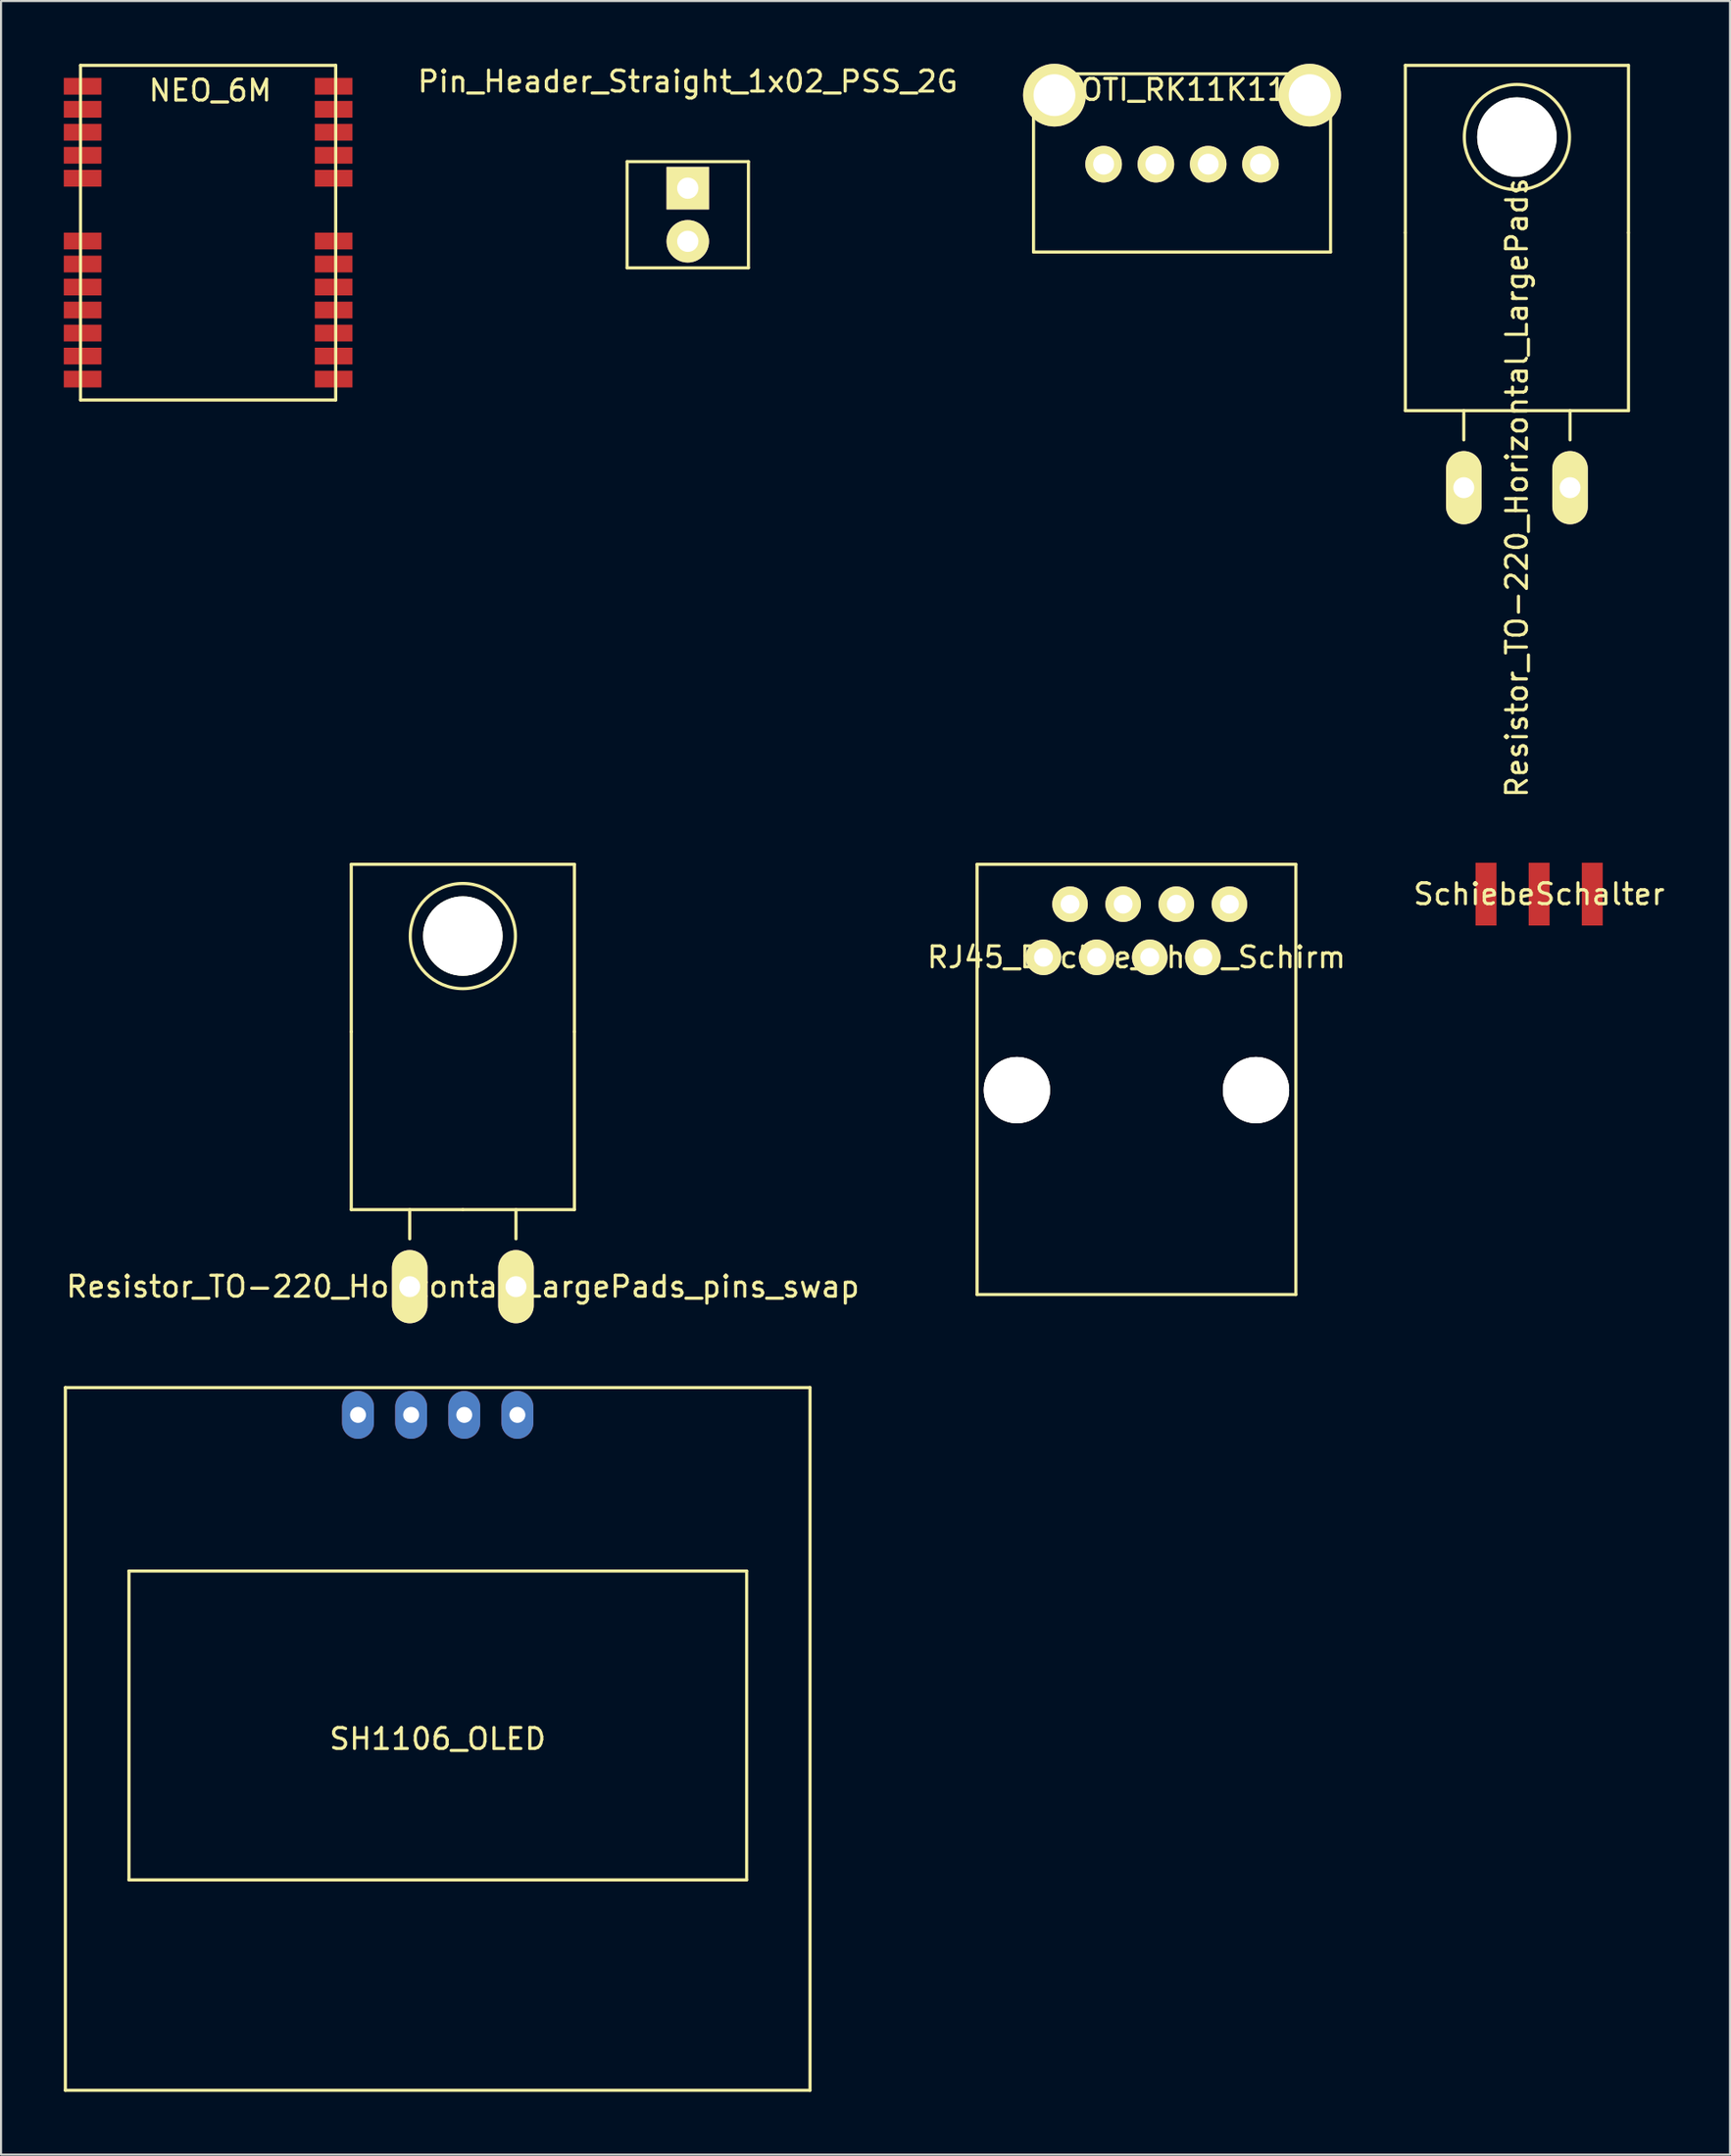
<source format=kicad_pcb>
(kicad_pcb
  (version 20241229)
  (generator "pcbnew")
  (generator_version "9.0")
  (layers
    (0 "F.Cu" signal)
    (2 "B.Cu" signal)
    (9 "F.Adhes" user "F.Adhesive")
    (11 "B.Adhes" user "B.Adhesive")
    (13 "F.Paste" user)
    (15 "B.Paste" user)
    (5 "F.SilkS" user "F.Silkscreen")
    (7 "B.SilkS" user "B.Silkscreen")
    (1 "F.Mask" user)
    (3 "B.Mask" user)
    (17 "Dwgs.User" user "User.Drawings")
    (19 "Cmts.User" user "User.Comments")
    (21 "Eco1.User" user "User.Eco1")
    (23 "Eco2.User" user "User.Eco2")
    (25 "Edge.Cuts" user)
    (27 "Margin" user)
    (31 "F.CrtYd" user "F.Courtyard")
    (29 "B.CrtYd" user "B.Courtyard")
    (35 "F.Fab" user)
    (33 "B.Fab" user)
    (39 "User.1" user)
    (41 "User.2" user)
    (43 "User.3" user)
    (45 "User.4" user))
  (footprint "SH1106_OLED"
    (layer "F.Cu")
    (at 17.875 80.096)
    (property "Reference" "SH1106_OLED" (at 0 0 0) (layer "F.SilkS") (effects (font (size 1 1) (thickness 0.15))))
    (attr through_hole)
    (fp_line (start -17.8 -16.8) (end -17.8 16.8) (stroke (width 0.15) (type solid)) (layer "F.SilkS"))
    (fp_line (start -17.8 -16.8) (end 17.8 -16.8) (stroke (width 0.15) (type solid)) (layer "F.SilkS"))
    (fp_line (start -17.8 16.8) (end 17.8 16.8) (stroke (width 0.15) (type solid)) (layer "F.SilkS"))
    (fp_line (start -14.76 -8.03) (end -14.76 6.74) (stroke (width 0.15) (type solid)) (layer "F.SilkS"))
    (fp_line (start -14.76 6.74) (end 14.77 6.74) (stroke (width 0.15) (type solid)) (layer "F.SilkS"))
    (fp_line (start 14.77 -8.03) (end -14.76 -8.03) (stroke (width 0.15) (type solid)) (layer "F.SilkS"))
    (fp_line (start 14.77 6.74) (end 14.77 -8.03) (stroke (width 0.15) (type solid)) (layer "F.SilkS"))
    (fp_line (start 17.8 -16.8) (end 17.8 16.8) (stroke (width 0.15) (type solid)) (layer "F.SilkS"))
    (pad "1" thru_hole oval (at -3.81 -15.494) (size 1.525 2.286) (drill 0.762) (layers "*.Cu" "*.Mask"))
    (pad "2" thru_hole oval (at -1.27 -15.494) (size 1.525 2.286) (drill 0.762) (layers "*.Cu" "*.Mask"))
    (pad "3" thru_hole oval (at 1.27 -15.494) (size 1.525 2.286) (drill 0.762) (layers "*.Cu" "*.Mask"))
    (pad "4" thru_hole oval (at 3.81 -15.494) (size 1.525 2.286) (drill 0.762) (layers "*.Cu" "*.Mask")))
  (footprint "SchiebeSchalter"
    (layer "F.Cu")
    (at 70.53 39.703)
    (property "Reference" "SchiebeSchalter" (at 0 0 0) (layer "F.SilkS") (effects (font (size 1 1) (thickness 0.15))))
    (attr through_hole)
    (pad "1" smd rect (at -2.54 0) (size 1 3) (layers "F.Cu" "F.Mask" "F.Paste"))
    (pad "2" smd rect (at 0 0) (size 1 3) (layers "F.Cu" "F.Mask" "F.Paste"))
    (pad "3" smd rect (at 2.54 0) (size 1 3) (layers "F.Cu" "F.Mask" "F.Paste")))
  (footprint "Resistor_TO-220_Horizontal_LargePads"
    (layer "F.Cu")
    (at 69.469 20.268)
    (property "Reference" "Resistor_TO-220_Horizontal_LargePads" (at 0 0 90) (layer "F.SilkS") (effects (font (size 1 1) (thickness 0.15))))
    (attr through_hole)
    (fp_line (start -5.334 -20.193) (end -5.334 -12.192) (stroke (width 0.15) (type solid)) (layer "F.SilkS"))
    (fp_line (start -5.334 -12.192) (end -5.334 -3.683) (stroke (width 0.15) (type solid)) (layer "F.SilkS"))
    (fp_line (start -2.54 -3.683) (end -2.54 -2.286) (stroke (width 0.15) (type solid)) (layer "F.SilkS"))
    (fp_line (start 0 -3.683) (end -5.334 -3.683) (stroke (width 0.15) (type solid)) (layer "F.SilkS"))
    (fp_line (start 0 -3.683) (end 5.334 -3.683) (stroke (width 0.15) (type solid)) (layer "F.SilkS"))
    (fp_line (start 2.54 -3.683) (end 2.54 -2.286) (stroke (width 0.15) (type solid)) (layer "F.SilkS"))
    (fp_line (start 5.334 -20.193) (end -5.334 -20.193) (stroke (width 0.15) (type solid)) (layer "F.SilkS"))
    (fp_line (start 5.334 -12.192) (end 5.334 -20.193) (stroke (width 0.15) (type solid)) (layer "F.SilkS"))
    (fp_line (start 5.334 -3.683) (end 5.334 -12.192) (stroke (width 0.15) (type solid)) (layer "F.SilkS"))
    (fp_circle (center 0 -16.764) (end 1.778 -14.986) (stroke (width 0.15) (type solid)) (fill no) (layer "F.SilkS"))
    (pad "" np_thru_hole circle (at 0 -16.764 90) (size 3.8 3.8) (drill 3.8) (layers "*.Cu" "*.Mask" "F.SilkS"))
    (pad "1" thru_hole oval (at -2.54 0 90) (size 3.5 1.699) (drill 1.001) (layers "*.Cu" "*.Mask" "F.SilkS"))
    (pad "2" thru_hole oval (at 2.54 0 90) (size 3.5 1.699) (drill 1.001) (layers "*.Cu" "*.Mask" "F.SilkS")))
  (footprint "POTI_RK11K112"
    (layer "F.Cu")
    (at 49.71 4.8)
    (property "Reference" "POTI_RK11K112" (at 3.81 -3.556 0) (layer "F.SilkS") (effects (font (size 1 1) (thickness 0.15))))
    (attr through_hole)
    (fp_line (start -3.35 -4.318) (end -3.35 4.2) (stroke (width 0.15) (type solid)) (layer "F.SilkS"))
    (fp_line (start -3.35 -4.318) (end 10.85 -4.318) (stroke (width 0.15) (type solid)) (layer "F.SilkS"))
    (fp_line (start -3.35 4.2) (end 10.85 4.2) (stroke (width 0.15) (type solid)) (layer "F.SilkS"))
    (fp_line (start 10.85 -4.318) (end 10.85 4.2) (stroke (width 0.15) (type solid)) (layer "F.SilkS"))
    (pad "" thru_hole circle (at -2.35 -3.3) (size 3 3) (drill 2) (layers "*.Cu" "*.Mask" "F.SilkS"))
    (pad "" thru_hole circle (at 7.5 0) (size 1.75 1.75) (drill 1) (layers "*.Cu" "*.Mask" "F.SilkS"))
    (pad "" thru_hole circle (at 9.85 -3.3) (size 3 3) (drill 2) (layers "*.Cu" "*.Mask" "F.SilkS"))
    (pad "1" thru_hole circle (at 0 0) (size 1.75 1.75) (drill 1) (layers "*.Cu" "*.Mask" "F.SilkS"))
    (pad "2" thru_hole circle (at 2.5 0) (size 1.75 1.75) (drill 1) (layers "*.Cu" "*.Mask" "F.SilkS"))
    (pad "3" thru_hole circle (at 5 0) (size 1.75 1.75) (drill 1) (layers "*.Cu" "*.Mask" "F.SilkS")))
  (footprint "Pin_Header_Straight_1x02_PSS_2G"
    (layer "F.Cu")
    (at 29.83 5.948)
    (property "Reference" "Pin_Header_Straight_1x02_PSS_2G" (at 0 -5.1 0) (layer "F.SilkS") (effects (font (size 1 1) (thickness 0.15))))
    (attr through_hole)
    (fp_line (start -2.9 -1.27) (end -2.9 3.81) (stroke (width 0.15) (type solid)) (layer "F.SilkS"))
    (fp_line (start -2.9 -1.27) (end 2.9 -1.27) (stroke (width 0.15) (type solid)) (layer "F.SilkS"))
    (fp_line (start 2.9 3.81) (end -2.9 3.81) (stroke (width 0.15) (type solid)) (layer "F.SilkS"))
    (fp_line (start 2.9 3.81) (end 2.9 -1.27) (stroke (width 0.15) (type solid)) (layer "F.SilkS"))
    (pad "1" thru_hole rect (at 0 0) (size 2.032 2.032) (drill 1.016) (layers "*.Cu" "*.Mask" "F.SilkS"))
    (pad "2" thru_hole oval (at 0 2.54) (size 2.032 2.032) (drill 1.016) (layers "*.Cu" "*.Mask" "F.SilkS")))
  (footprint "RJ45_Buchse_ohne_Schirm"
    (layer "F.Cu")
    (at 51.28 42.723)
    (property "Reference" "RJ45_Buchse_ohne_Schirm" (at 0 0 0) (layer "F.SilkS") (effects (font (size 1 1) (thickness 0.15))))
    (attr through_hole)
    (fp_line (start -7.62 -4.445) (end -7.62 16.125) (stroke (width 0.15) (type solid)) (layer "F.SilkS"))
    (fp_line (start 7.62 -4.445) (end -7.62 -4.445) (stroke (width 0.15) (type solid)) (layer "F.SilkS"))
    (fp_line (start 7.62 -4.445) (end 7.62 16.125) (stroke (width 0.15) (type solid)) (layer "F.SilkS"))
    (fp_line (start 7.62 16.125) (end -7.62 16.125) (stroke (width 0.15) (type solid)) (layer "F.SilkS"))
    (pad "1" thru_hole circle (at -4.445 0) (size 1.7 1.7) (drill 0.9) (layers "*.Cu" "*.Mask" "F.SilkS"))
    (pad "2" thru_hole circle (at -3.175 -2.54) (size 1.7 1.7) (drill 0.9) (layers "*.Cu" "*.Mask" "F.SilkS"))
    (pad "3" thru_hole circle (at -1.905 0) (size 1.7 1.7) (drill 0.9) (layers "*.Cu" "*.Mask" "F.SilkS"))
    (pad "4" thru_hole circle (at -0.635 -2.54) (size 1.7 1.7) (drill 0.9) (layers "*.Cu" "*.Mask" "F.SilkS"))
    (pad "5" thru_hole circle (at 0.635 0) (size 1.7 1.7) (drill 0.9) (layers "*.Cu" "*.Mask" "F.SilkS"))
    (pad "6" thru_hole circle (at 1.905 -2.54) (size 1.7 1.7) (drill 0.9) (layers "*.Cu" "*.Mask" "F.SilkS"))
    (pad "7" thru_hole circle (at 3.175 0) (size 1.7 1.7) (drill 0.9) (layers "*.Cu" "*.Mask" "F.SilkS"))
    (pad "8" thru_hole circle (at 4.445 -2.54) (size 1.7 1.7) (drill 0.9) (layers "*.Cu" "*.Mask" "F.SilkS"))
    (pad "9" thru_hole circle (at -5.715 6.35) (size 3.17 3.17) (drill 3.17) (layers "*.Cu" "*.Mask" "F.SilkS"))
    (pad "9" thru_hole circle (at 5.715 6.35) (size 3.17 3.17) (drill 3.17) (layers "*.Cu" "*.Mask" "F.SilkS")))
  (footprint "Resistor_TO-220_Horizontal_LargePads_pins_swap"
    (layer "F.Cu")
    (at 19.077 58.471)
    (property "Reference" "Resistor_TO-220_Horizontal_LargePads_pins_swap" (at 0 0 0) (layer "F.SilkS") (effects (font (size 1 1) (thickness 0.15))))
    (attr through_hole)
    (fp_line (start -5.334 -20.193) (end -5.334 -12.192) (stroke (width 0.15) (type solid)) (layer "F.SilkS"))
    (fp_line (start -5.334 -12.192) (end -5.334 -3.683) (stroke (width 0.15) (type solid)) (layer "F.SilkS"))
    (fp_line (start -2.54 -3.683) (end -2.54 -2.286) (stroke (width 0.15) (type solid)) (layer "F.SilkS"))
    (fp_line (start 0 -3.683) (end -5.334 -3.683) (stroke (width 0.15) (type solid)) (layer "F.SilkS"))
    (fp_line (start 0 -3.683) (end 5.334 -3.683) (stroke (width 0.15) (type solid)) (layer "F.SilkS"))
    (fp_line (start 2.54 -3.683) (end 2.54 -2.286) (stroke (width 0.15) (type solid)) (layer "F.SilkS"))
    (fp_line (start 5.334 -20.193) (end -5.334 -20.193) (stroke (width 0.15) (type solid)) (layer "F.SilkS"))
    (fp_line (start 5.334 -12.192) (end 5.334 -20.193) (stroke (width 0.15) (type solid)) (layer "F.SilkS"))
    (fp_line (start 5.334 -3.683) (end 5.334 -12.192) (stroke (width 0.15) (type solid)) (layer "F.SilkS"))
    (fp_circle (center 0 -16.764) (end 1.778 -14.986) (stroke (width 0.15) (type solid)) (fill no) (layer "F.SilkS"))
    (pad "" np_thru_hole circle (at 0 -16.764 90) (size 3.8 3.8) (drill 3.8) (layers "*.Cu" "*.Mask" "F.SilkS"))
    (pad "1" thru_hole oval (at 2.54 0 90) (size 3.5 1.699) (drill 1.001) (layers "*.Cu" "*.Mask" "F.SilkS"))
    (pad "2" thru_hole oval (at -2.54 0 90) (size 3.5 1.699) (drill 1.001) (layers "*.Cu" "*.Mask" "F.SilkS")))
  (footprint "NEO_6M"
    (layer "F.Cu")
    (at 6.9 1.075)
    (property "Reference" "NEO_6M" (at 0.1 0.2 0) (layer "F.SilkS") (effects (font (size 1 1) (thickness 0.15))))
    (attr through_hole)
    (fp_line (start -6.1 -1) (end 6.1 -1) (stroke (width 0.15) (type solid)) (layer "F.SilkS"))
    (fp_line (start -6.1 15) (end -6.1 -1) (stroke (width 0.15) (type solid)) (layer "F.SilkS"))
    (fp_line (start 6.1 -1) (end 6.1 15) (stroke (width 0.15) (type solid)) (layer "F.SilkS"))
    (fp_line (start 6.1 15) (end -6.1 15) (stroke (width 0.15) (type solid)) (layer "F.SilkS"))
    (pad "1" smd rect (at 6 14) (size 1.8 0.8) (layers "F.Cu" "F.Mask" "F.Paste"))
    (pad "2" smd rect (at 6 12.9) (size 1.8 0.8) (layers "F.Cu" "F.Mask" "F.Paste"))
    (pad "3" smd rect (at 6 11.8) (size 1.8 0.8) (layers "F.Cu" "F.Mask" "F.Paste"))
    (pad "4" smd rect (at 6 10.7) (size 1.8 0.8) (layers "F.Cu" "F.Mask" "F.Paste"))
    (pad "5" smd rect (at 6 9.6) (size 1.8 0.8) (layers "F.Cu" "F.Mask" "F.Paste"))
    (pad "6" smd rect (at 6 8.5) (size 1.8 0.8) (layers "F.Cu" "F.Mask" "F.Paste"))
    (pad "7" smd rect (at 6 7.4) (size 1.8 0.8) (layers "F.Cu" "F.Mask" "F.Paste"))
    (pad "8" smd rect (at 6 4.4) (size 1.8 0.8) (layers "F.Cu" "F.Mask" "F.Paste"))
    (pad "9" smd rect (at 6 3.3) (size 1.8 0.8) (layers "F.Cu" "F.Mask" "F.Paste"))
    (pad "10" smd rect (at 6 2.2) (size 1.8 0.8) (layers "F.Cu" "F.Mask" "F.Paste"))
    (pad "11" smd rect (at 6 1.1) (size 1.8 0.8) (layers "F.Cu" "F.Mask" "F.Paste"))
    (pad "12" smd rect (at 6 0) (size 1.8 0.8) (layers "F.Cu" "F.Mask" "F.Paste"))
    (pad "13" smd rect (at -6 0) (size 1.8 0.8) (layers "F.Cu" "F.Mask" "F.Paste"))
    (pad "14" smd rect (at -6 1.1) (size 1.8 0.8) (layers "F.Cu" "F.Mask" "F.Paste"))
    (pad "15" smd rect (at -6 2.2) (size 1.8 0.8) (layers "F.Cu" "F.Mask" "F.Paste"))
    (pad "16" smd rect (at -6 3.3) (size 1.8 0.8) (layers "F.Cu" "F.Mask" "F.Paste"))
    (pad "17" smd rect (at -6 4.4) (size 1.8 0.8) (layers "F.Cu" "F.Mask" "F.Paste"))
    (pad "18" smd rect (at -6 7.4) (size 1.8 0.8) (layers "F.Cu" "F.Mask" "F.Paste"))
    (pad "19" smd rect (at -6 8.5) (size 1.8 0.8) (layers "F.Cu" "F.Mask" "F.Paste"))
    (pad "20" smd rect (at -6 9.6) (size 1.8 0.8) (layers "F.Cu" "F.Mask" "F.Paste"))
    (pad "21" smd rect (at -6 10.7) (size 1.8 0.8) (layers "F.Cu" "F.Mask" "F.Paste"))
    (pad "22" smd rect (at -6 11.8) (size 1.8 0.8) (layers "F.Cu" "F.Mask" "F.Paste"))
    (pad "23" smd rect (at -6 12.9) (size 1.8 0.8) (layers "F.Cu" "F.Mask" "F.Paste"))
    (pad "24" smd rect (at -6 14) (size 1.8 0.8) (layers "F.Cu" "F.Mask" "F.Paste")))
  (gr_rect
    (start -3 -3)
    (end 79.655 99.971)
    (stroke (width 0.1) (type default))
    (fill no)
    (layer "Edge.Cuts")))
</source>
